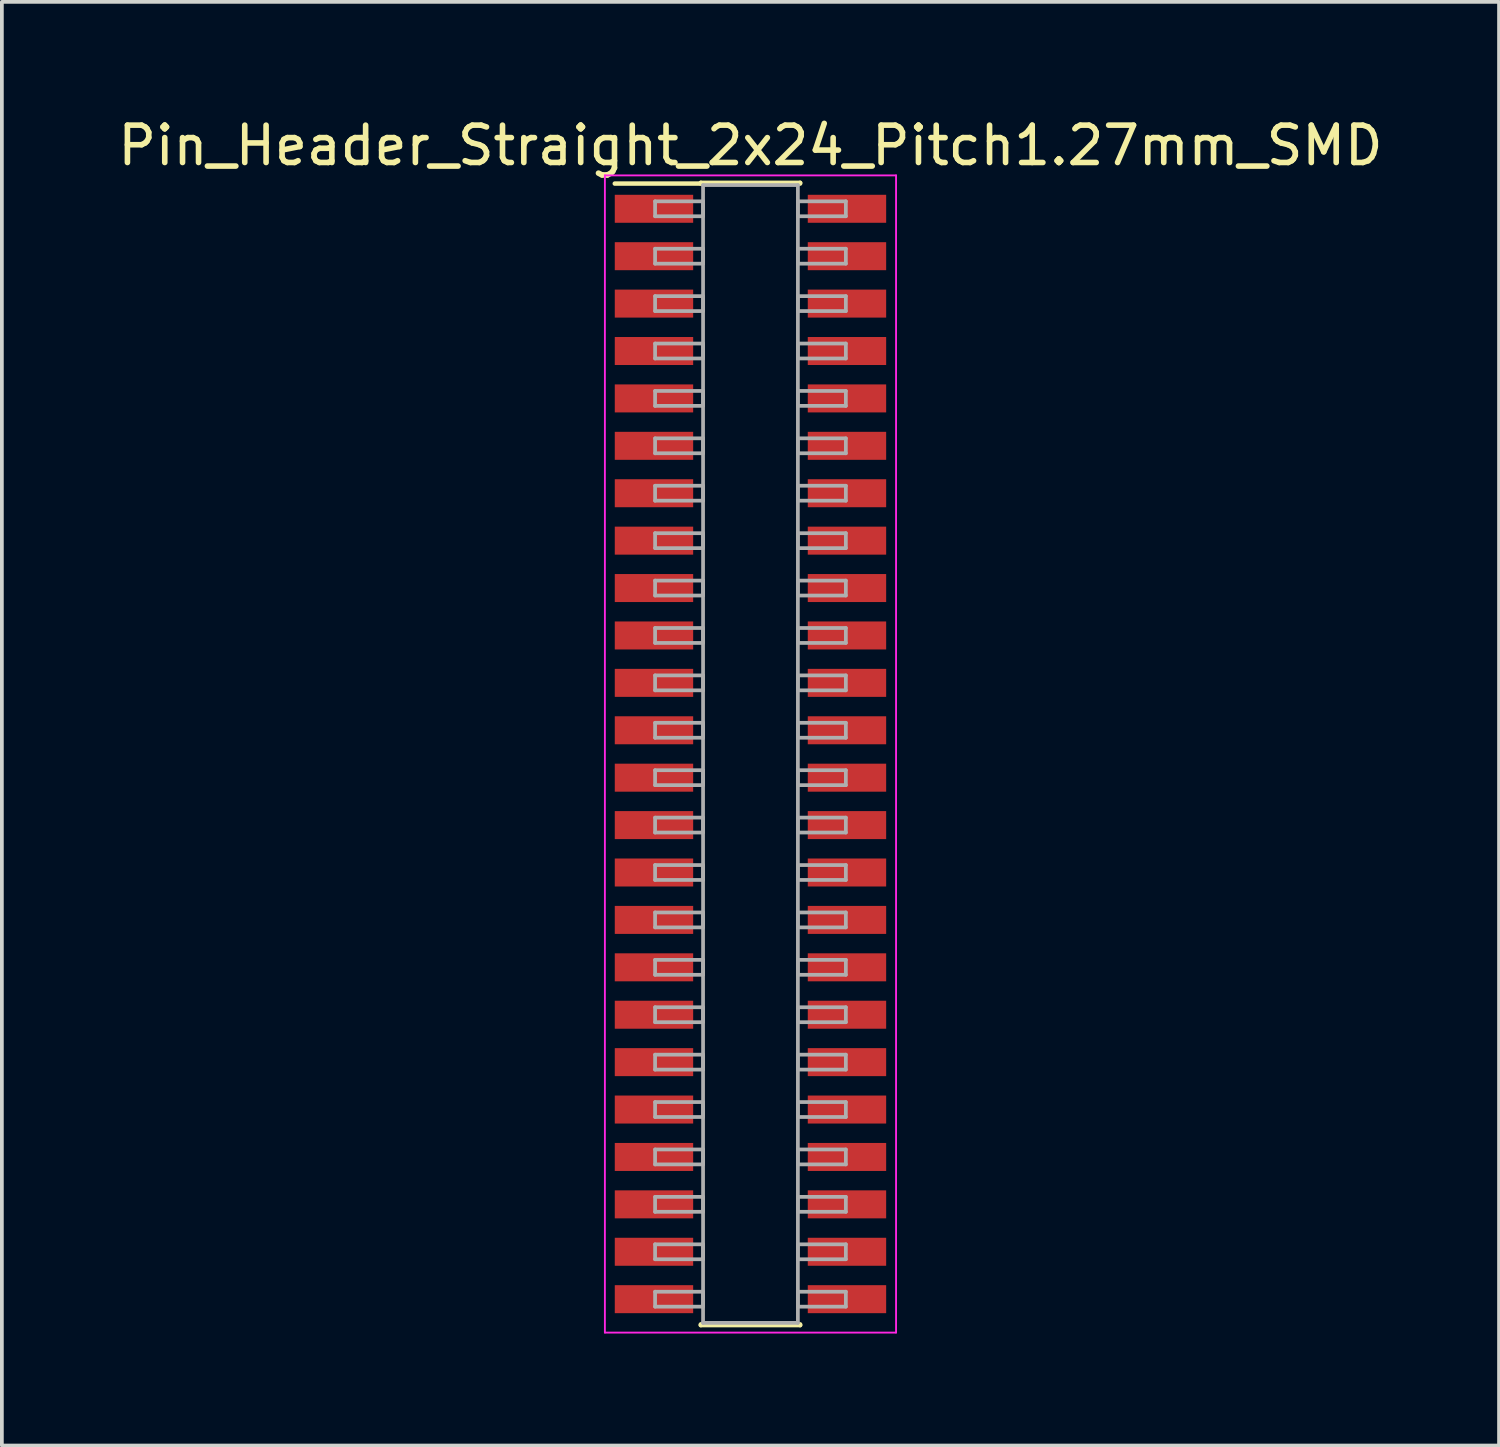
<source format=kicad_pcb>
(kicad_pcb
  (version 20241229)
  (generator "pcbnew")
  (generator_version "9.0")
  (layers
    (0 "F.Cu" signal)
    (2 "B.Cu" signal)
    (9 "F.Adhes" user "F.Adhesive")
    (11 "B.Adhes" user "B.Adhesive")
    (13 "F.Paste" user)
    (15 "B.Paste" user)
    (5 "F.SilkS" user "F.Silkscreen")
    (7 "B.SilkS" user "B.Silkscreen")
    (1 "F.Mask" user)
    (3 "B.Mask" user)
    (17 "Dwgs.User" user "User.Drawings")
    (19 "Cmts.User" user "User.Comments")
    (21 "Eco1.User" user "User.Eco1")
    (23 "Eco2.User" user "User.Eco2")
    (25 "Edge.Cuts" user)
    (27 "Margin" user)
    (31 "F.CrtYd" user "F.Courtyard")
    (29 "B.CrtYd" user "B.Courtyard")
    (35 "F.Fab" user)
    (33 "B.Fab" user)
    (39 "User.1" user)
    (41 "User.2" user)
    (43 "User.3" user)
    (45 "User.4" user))
  (footprint "Pin_Header_Straight_2x24_Pitch1.27mm_SMD"
    (layer "F.Cu")
    (at 17.054 17.148)
    (property "Reference" "Pin_Header_Straight_2x24_Pitch1.27mm_SMD" (at 0 -16.3 0) (layer "F.SilkS") (effects (font (size 1 1) (thickness 0.15))))
    (attr smd)
    (fp_line (start -3.635 -15.28) (end -1.33 -15.28) (stroke (width 0.12) (type solid)) (layer "F.SilkS"))
    (fp_line (start -1.33 -15.3) (end 1.33 -15.3) (stroke (width 0.12) (type solid)) (layer "F.SilkS"))
    (fp_line (start -1.33 -15.28) (end -1.33 -15.3) (stroke (width 0.12) (type solid)) (layer "F.SilkS"))
    (fp_line (start -1.33 15.28) (end -1.33 15.3) (stroke (width 0.12) (type solid)) (layer "F.SilkS"))
    (fp_line (start -1.33 15.3) (end 1.33 15.3) (stroke (width 0.12) (type solid)) (layer "F.SilkS"))
    (fp_line (start 1.33 -15.3) (end 1.33 -15.28) (stroke (width 0.12) (type solid)) (layer "F.SilkS"))
    (fp_line (start 1.33 15.3) (end 1.33 15.28) (stroke (width 0.12) (type solid)) (layer "F.SilkS"))
    (fp_line (start -3.9 -15.5) (end -3.9 15.5) (stroke (width 0.05) (type solid)) (layer "F.CrtYd"))
    (fp_line (start -3.9 15.5) (end 3.9 15.5) (stroke (width 0.05) (type solid)) (layer "F.CrtYd"))
    (fp_line (start 3.9 -15.5) (end -3.9 -15.5) (stroke (width 0.05) (type solid)) (layer "F.CrtYd"))
    (fp_line (start 3.9 15.5) (end 3.9 -15.5) (stroke (width 0.05) (type solid)) (layer "F.CrtYd"))
    (fp_line (start -2.555 -14.805) (end -1.27 -14.805) (stroke (width 0.1) (type solid)) (layer "F.Fab"))
    (fp_line (start -2.555 -14.405) (end -2.555 -14.805) (stroke (width 0.1) (type solid)) (layer "F.Fab"))
    (fp_line (start -2.555 -13.535) (end -1.27 -13.535) (stroke (width 0.1) (type solid)) (layer "F.Fab"))
    (fp_line (start -2.555 -13.135) (end -2.555 -13.535) (stroke (width 0.1) (type solid)) (layer "F.Fab"))
    (fp_line (start -2.555 -12.265) (end -1.27 -12.265) (stroke (width 0.1) (type solid)) (layer "F.Fab"))
    (fp_line (start -2.555 -11.865) (end -2.555 -12.265) (stroke (width 0.1) (type solid)) (layer "F.Fab"))
    (fp_line (start -2.555 -10.995) (end -1.27 -10.995) (stroke (width 0.1) (type solid)) (layer "F.Fab"))
    (fp_line (start -2.555 -10.595) (end -2.555 -10.995) (stroke (width 0.1) (type solid)) (layer "F.Fab"))
    (fp_line (start -2.555 -9.725) (end -1.27 -9.725) (stroke (width 0.1) (type solid)) (layer "F.Fab"))
    (fp_line (start -2.555 -9.325) (end -2.555 -9.725) (stroke (width 0.1) (type solid)) (layer "F.Fab"))
    (fp_line (start -2.555 -8.455) (end -1.27 -8.455) (stroke (width 0.1) (type solid)) (layer "F.Fab"))
    (fp_line (start -2.555 -8.055) (end -2.555 -8.455) (stroke (width 0.1) (type solid)) (layer "F.Fab"))
    (fp_line (start -2.555 -7.185) (end -1.27 -7.185) (stroke (width 0.1) (type solid)) (layer "F.Fab"))
    (fp_line (start -2.555 -6.785) (end -2.555 -7.185) (stroke (width 0.1) (type solid)) (layer "F.Fab"))
    (fp_line (start -2.555 -5.915) (end -1.27 -5.915) (stroke (width 0.1) (type solid)) (layer "F.Fab"))
    (fp_line (start -2.555 -5.515) (end -2.555 -5.915) (stroke (width 0.1) (type solid)) (layer "F.Fab"))
    (fp_line (start -2.555 -4.645) (end -1.27 -4.645) (stroke (width 0.1) (type solid)) (layer "F.Fab"))
    (fp_line (start -2.555 -4.245) (end -2.555 -4.645) (stroke (width 0.1) (type solid)) (layer "F.Fab"))
    (fp_line (start -2.555 -3.375) (end -1.27 -3.375) (stroke (width 0.1) (type solid)) (layer "F.Fab"))
    (fp_line (start -2.555 -2.975) (end -2.555 -3.375) (stroke (width 0.1) (type solid)) (layer "F.Fab"))
    (fp_line (start -2.555 -2.105) (end -1.27 -2.105) (stroke (width 0.1) (type solid)) (layer "F.Fab"))
    (fp_line (start -2.555 -1.705) (end -2.555 -2.105) (stroke (width 0.1) (type solid)) (layer "F.Fab"))
    (fp_line (start -2.555 -0.835) (end -1.27 -0.835) (stroke (width 0.1) (type solid)) (layer "F.Fab"))
    (fp_line (start -2.555 -0.435) (end -2.555 -0.835) (stroke (width 0.1) (type solid)) (layer "F.Fab"))
    (fp_line (start -2.555 0.435) (end -1.27 0.435) (stroke (width 0.1) (type solid)) (layer "F.Fab"))
    (fp_line (start -2.555 0.835) (end -2.555 0.435) (stroke (width 0.1) (type solid)) (layer "F.Fab"))
    (fp_line (start -2.555 1.705) (end -1.27 1.705) (stroke (width 0.1) (type solid)) (layer "F.Fab"))
    (fp_line (start -2.555 2.105) (end -2.555 1.705) (stroke (width 0.1) (type solid)) (layer "F.Fab"))
    (fp_line (start -2.555 2.975) (end -1.27 2.975) (stroke (width 0.1) (type solid)) (layer "F.Fab"))
    (fp_line (start -2.555 3.375) (end -2.555 2.975) (stroke (width 0.1) (type solid)) (layer "F.Fab"))
    (fp_line (start -2.555 4.245) (end -1.27 4.245) (stroke (width 0.1) (type solid)) (layer "F.Fab"))
    (fp_line (start -2.555 4.645) (end -2.555 4.245) (stroke (width 0.1) (type solid)) (layer "F.Fab"))
    (fp_line (start -2.555 5.515) (end -1.27 5.515) (stroke (width 0.1) (type solid)) (layer "F.Fab"))
    (fp_line (start -2.555 5.915) (end -2.555 5.515) (stroke (width 0.1) (type solid)) (layer "F.Fab"))
    (fp_line (start -2.555 6.785) (end -1.27 6.785) (stroke (width 0.1) (type solid)) (layer "F.Fab"))
    (fp_line (start -2.555 7.185) (end -2.555 6.785) (stroke (width 0.1) (type solid)) (layer "F.Fab"))
    (fp_line (start -2.555 8.055) (end -1.27 8.055) (stroke (width 0.1) (type solid)) (layer "F.Fab"))
    (fp_line (start -2.555 8.455) (end -2.555 8.055) (stroke (width 0.1) (type solid)) (layer "F.Fab"))
    (fp_line (start -2.555 9.325) (end -1.27 9.325) (stroke (width 0.1) (type solid)) (layer "F.Fab"))
    (fp_line (start -2.555 9.725) (end -2.555 9.325) (stroke (width 0.1) (type solid)) (layer "F.Fab"))
    (fp_line (start -2.555 10.595) (end -1.27 10.595) (stroke (width 0.1) (type solid)) (layer "F.Fab"))
    (fp_line (start -2.555 10.995) (end -2.555 10.595) (stroke (width 0.1) (type solid)) (layer "F.Fab"))
    (fp_line (start -2.555 11.865) (end -1.27 11.865) (stroke (width 0.1) (type solid)) (layer "F.Fab"))
    (fp_line (start -2.555 12.265) (end -2.555 11.865) (stroke (width 0.1) (type solid)) (layer "F.Fab"))
    (fp_line (start -2.555 13.135) (end -1.27 13.135) (stroke (width 0.1) (type solid)) (layer "F.Fab"))
    (fp_line (start -2.555 13.535) (end -2.555 13.135) (stroke (width 0.1) (type solid)) (layer "F.Fab"))
    (fp_line (start -2.555 14.405) (end -1.27 14.405) (stroke (width 0.1) (type solid)) (layer "F.Fab"))
    (fp_line (start -2.555 14.805) (end -2.555 14.405) (stroke (width 0.1) (type solid)) (layer "F.Fab"))
    (fp_line (start -1.27 -15.24) (end -1.27 15.24) (stroke (width 0.1) (type solid)) (layer "F.Fab"))
    (fp_line (start -1.27 -14.805) (end -1.27 -14.405) (stroke (width 0.1) (type solid)) (layer "F.Fab"))
    (fp_line (start -1.27 -14.405) (end -2.555 -14.405) (stroke (width 0.1) (type solid)) (layer "F.Fab"))
    (fp_line (start -1.27 -13.535) (end -1.27 -13.135) (stroke (width 0.1) (type solid)) (layer "F.Fab"))
    (fp_line (start -1.27 -13.135) (end -2.555 -13.135) (stroke (width 0.1) (type solid)) (layer "F.Fab"))
    (fp_line (start -1.27 -12.265) (end -1.27 -11.865) (stroke (width 0.1) (type solid)) (layer "F.Fab"))
    (fp_line (start -1.27 -11.865) (end -2.555 -11.865) (stroke (width 0.1) (type solid)) (layer "F.Fab"))
    (fp_line (start -1.27 -10.995) (end -1.27 -10.595) (stroke (width 0.1) (type solid)) (layer "F.Fab"))
    (fp_line (start -1.27 -10.595) (end -2.555 -10.595) (stroke (width 0.1) (type solid)) (layer "F.Fab"))
    (fp_line (start -1.27 -9.725) (end -1.27 -9.325) (stroke (width 0.1) (type solid)) (layer "F.Fab"))
    (fp_line (start -1.27 -9.325) (end -2.555 -9.325) (stroke (width 0.1) (type solid)) (layer "F.Fab"))
    (fp_line (start -1.27 -8.455) (end -1.27 -8.055) (stroke (width 0.1) (type solid)) (layer "F.Fab"))
    (fp_line (start -1.27 -8.055) (end -2.555 -8.055) (stroke (width 0.1) (type solid)) (layer "F.Fab"))
    (fp_line (start -1.27 -7.185) (end -1.27 -6.785) (stroke (width 0.1) (type solid)) (layer "F.Fab"))
    (fp_line (start -1.27 -6.785) (end -2.555 -6.785) (stroke (width 0.1) (type solid)) (layer "F.Fab"))
    (fp_line (start -1.27 -5.915) (end -1.27 -5.515) (stroke (width 0.1) (type solid)) (layer "F.Fab"))
    (fp_line (start -1.27 -5.515) (end -2.555 -5.515) (stroke (width 0.1) (type solid)) (layer "F.Fab"))
    (fp_line (start -1.27 -4.645) (end -1.27 -4.245) (stroke (width 0.1) (type solid)) (layer "F.Fab"))
    (fp_line (start -1.27 -4.245) (end -2.555 -4.245) (stroke (width 0.1) (type solid)) (layer "F.Fab"))
    (fp_line (start -1.27 -3.375) (end -1.27 -2.975) (stroke (width 0.1) (type solid)) (layer "F.Fab"))
    (fp_line (start -1.27 -2.975) (end -2.555 -2.975) (stroke (width 0.1) (type solid)) (layer "F.Fab"))
    (fp_line (start -1.27 -2.105) (end -1.27 -1.705) (stroke (width 0.1) (type solid)) (layer "F.Fab"))
    (fp_line (start -1.27 -1.705) (end -2.555 -1.705) (stroke (width 0.1) (type solid)) (layer "F.Fab"))
    (fp_line (start -1.27 -0.835) (end -1.27 -0.435) (stroke (width 0.1) (type solid)) (layer "F.Fab"))
    (fp_line (start -1.27 -0.435) (end -2.555 -0.435) (stroke (width 0.1) (type solid)) (layer "F.Fab"))
    (fp_line (start -1.27 0.435) (end -1.27 0.835) (stroke (width 0.1) (type solid)) (layer "F.Fab"))
    (fp_line (start -1.27 0.835) (end -2.555 0.835) (stroke (width 0.1) (type solid)) (layer "F.Fab"))
    (fp_line (start -1.27 1.705) (end -1.27 2.105) (stroke (width 0.1) (type solid)) (layer "F.Fab"))
    (fp_line (start -1.27 2.105) (end -2.555 2.105) (stroke (width 0.1) (type solid)) (layer "F.Fab"))
    (fp_line (start -1.27 2.975) (end -1.27 3.375) (stroke (width 0.1) (type solid)) (layer "F.Fab"))
    (fp_line (start -1.27 3.375) (end -2.555 3.375) (stroke (width 0.1) (type solid)) (layer "F.Fab"))
    (fp_line (start -1.27 4.245) (end -1.27 4.645) (stroke (width 0.1) (type solid)) (layer "F.Fab"))
    (fp_line (start -1.27 4.645) (end -2.555 4.645) (stroke (width 0.1) (type solid)) (layer "F.Fab"))
    (fp_line (start -1.27 5.515) (end -1.27 5.915) (stroke (width 0.1) (type solid)) (layer "F.Fab"))
    (fp_line (start -1.27 5.915) (end -2.555 5.915) (stroke (width 0.1) (type solid)) (layer "F.Fab"))
    (fp_line (start -1.27 6.785) (end -1.27 7.185) (stroke (width 0.1) (type solid)) (layer "F.Fab"))
    (fp_line (start -1.27 7.185) (end -2.555 7.185) (stroke (width 0.1) (type solid)) (layer "F.Fab"))
    (fp_line (start -1.27 8.055) (end -1.27 8.455) (stroke (width 0.1) (type solid)) (layer "F.Fab"))
    (fp_line (start -1.27 8.455) (end -2.555 8.455) (stroke (width 0.1) (type solid)) (layer "F.Fab"))
    (fp_line (start -1.27 9.325) (end -1.27 9.725) (stroke (width 0.1) (type solid)) (layer "F.Fab"))
    (fp_line (start -1.27 9.725) (end -2.555 9.725) (stroke (width 0.1) (type solid)) (layer "F.Fab"))
    (fp_line (start -1.27 10.595) (end -1.27 10.995) (stroke (width 0.1) (type solid)) (layer "F.Fab"))
    (fp_line (start -1.27 10.995) (end -2.555 10.995) (stroke (width 0.1) (type solid)) (layer "F.Fab"))
    (fp_line (start -1.27 11.865) (end -1.27 12.265) (stroke (width 0.1) (type solid)) (layer "F.Fab"))
    (fp_line (start -1.27 12.265) (end -2.555 12.265) (stroke (width 0.1) (type solid)) (layer "F.Fab"))
    (fp_line (start -1.27 13.135) (end -1.27 13.535) (stroke (width 0.1) (type solid)) (layer "F.Fab"))
    (fp_line (start -1.27 13.535) (end -2.555 13.535) (stroke (width 0.1) (type solid)) (layer "F.Fab"))
    (fp_line (start -1.27 14.405) (end -1.27 14.805) (stroke (width 0.1) (type solid)) (layer "F.Fab"))
    (fp_line (start -1.27 14.805) (end -2.555 14.805) (stroke (width 0.1) (type solid)) (layer "F.Fab"))
    (fp_line (start -1.27 15.24) (end 1.27 15.24) (stroke (width 0.1) (type solid)) (layer "F.Fab"))
    (fp_line (start 1.27 -15.24) (end -1.27 -15.24) (stroke (width 0.1) (type solid)) (layer "F.Fab"))
    (fp_line (start 1.27 -14.805) (end 1.27 -14.405) (stroke (width 0.1) (type solid)) (layer "F.Fab"))
    (fp_line (start 1.27 -14.405) (end 2.555 -14.405) (stroke (width 0.1) (type solid)) (layer "F.Fab"))
    (fp_line (start 1.27 -13.535) (end 1.27 -13.135) (stroke (width 0.1) (type solid)) (layer "F.Fab"))
    (fp_line (start 1.27 -13.135) (end 2.555 -13.135) (stroke (width 0.1) (type solid)) (layer "F.Fab"))
    (fp_line (start 1.27 -12.265) (end 1.27 -11.865) (stroke (width 0.1) (type solid)) (layer "F.Fab"))
    (fp_line (start 1.27 -11.865) (end 2.555 -11.865) (stroke (width 0.1) (type solid)) (layer "F.Fab"))
    (fp_line (start 1.27 -10.995) (end 1.27 -10.595) (stroke (width 0.1) (type solid)) (layer "F.Fab"))
    (fp_line (start 1.27 -10.595) (end 2.555 -10.595) (stroke (width 0.1) (type solid)) (layer "F.Fab"))
    (fp_line (start 1.27 -9.725) (end 1.27 -9.325) (stroke (width 0.1) (type solid)) (layer "F.Fab"))
    (fp_line (start 1.27 -9.325) (end 2.555 -9.325) (stroke (width 0.1) (type solid)) (layer "F.Fab"))
    (fp_line (start 1.27 -8.455) (end 1.27 -8.055) (stroke (width 0.1) (type solid)) (layer "F.Fab"))
    (fp_line (start 1.27 -8.055) (end 2.555 -8.055) (stroke (width 0.1) (type solid)) (layer "F.Fab"))
    (fp_line (start 1.27 -7.185) (end 1.27 -6.785) (stroke (width 0.1) (type solid)) (layer "F.Fab"))
    (fp_line (start 1.27 -6.785) (end 2.555 -6.785) (stroke (width 0.1) (type solid)) (layer "F.Fab"))
    (fp_line (start 1.27 -5.915) (end 1.27 -5.515) (stroke (width 0.1) (type solid)) (layer "F.Fab"))
    (fp_line (start 1.27 -5.515) (end 2.555 -5.515) (stroke (width 0.1) (type solid)) (layer "F.Fab"))
    (fp_line (start 1.27 -4.645) (end 1.27 -4.245) (stroke (width 0.1) (type solid)) (layer "F.Fab"))
    (fp_line (start 1.27 -4.245) (end 2.555 -4.245) (stroke (width 0.1) (type solid)) (layer "F.Fab"))
    (fp_line (start 1.27 -3.375) (end 1.27 -2.975) (stroke (width 0.1) (type solid)) (layer "F.Fab"))
    (fp_line (start 1.27 -2.975) (end 2.555 -2.975) (stroke (width 0.1) (type solid)) (layer "F.Fab"))
    (fp_line (start 1.27 -2.105) (end 1.27 -1.705) (stroke (width 0.1) (type solid)) (layer "F.Fab"))
    (fp_line (start 1.27 -1.705) (end 2.555 -1.705) (stroke (width 0.1) (type solid)) (layer "F.Fab"))
    (fp_line (start 1.27 -0.835) (end 1.27 -0.435) (stroke (width 0.1) (type solid)) (layer "F.Fab"))
    (fp_line (start 1.27 -0.435) (end 2.555 -0.435) (stroke (width 0.1) (type solid)) (layer "F.Fab"))
    (fp_line (start 1.27 0.435) (end 1.27 0.835) (stroke (width 0.1) (type solid)) (layer "F.Fab"))
    (fp_line (start 1.27 0.835) (end 2.555 0.835) (stroke (width 0.1) (type solid)) (layer "F.Fab"))
    (fp_line (start 1.27 1.705) (end 1.27 2.105) (stroke (width 0.1) (type solid)) (layer "F.Fab"))
    (fp_line (start 1.27 2.105) (end 2.555 2.105) (stroke (width 0.1) (type solid)) (layer "F.Fab"))
    (fp_line (start 1.27 2.975) (end 1.27 3.375) (stroke (width 0.1) (type solid)) (layer "F.Fab"))
    (fp_line (start 1.27 3.375) (end 2.555 3.375) (stroke (width 0.1) (type solid)) (layer "F.Fab"))
    (fp_line (start 1.27 4.245) (end 1.27 4.645) (stroke (width 0.1) (type solid)) (layer "F.Fab"))
    (fp_line (start 1.27 4.645) (end 2.555 4.645) (stroke (width 0.1) (type solid)) (layer "F.Fab"))
    (fp_line (start 1.27 5.515) (end 1.27 5.915) (stroke (width 0.1) (type solid)) (layer "F.Fab"))
    (fp_line (start 1.27 5.915) (end 2.555 5.915) (stroke (width 0.1) (type solid)) (layer "F.Fab"))
    (fp_line (start 1.27 6.785) (end 1.27 7.185) (stroke (width 0.1) (type solid)) (layer "F.Fab"))
    (fp_line (start 1.27 7.185) (end 2.555 7.185) (stroke (width 0.1) (type solid)) (layer "F.Fab"))
    (fp_line (start 1.27 8.055) (end 1.27 8.455) (stroke (width 0.1) (type solid)) (layer "F.Fab"))
    (fp_line (start 1.27 8.455) (end 2.555 8.455) (stroke (width 0.1) (type solid)) (layer "F.Fab"))
    (fp_line (start 1.27 9.325) (end 1.27 9.725) (stroke (width 0.1) (type solid)) (layer "F.Fab"))
    (fp_line (start 1.27 9.725) (end 2.555 9.725) (stroke (width 0.1) (type solid)) (layer "F.Fab"))
    (fp_line (start 1.27 10.595) (end 1.27 10.995) (stroke (width 0.1) (type solid)) (layer "F.Fab"))
    (fp_line (start 1.27 10.995) (end 2.555 10.995) (stroke (width 0.1) (type solid)) (layer "F.Fab"))
    (fp_line (start 1.27 11.865) (end 1.27 12.265) (stroke (width 0.1) (type solid)) (layer "F.Fab"))
    (fp_line (start 1.27 12.265) (end 2.555 12.265) (stroke (width 0.1) (type solid)) (layer "F.Fab"))
    (fp_line (start 1.27 13.135) (end 1.27 13.535) (stroke (width 0.1) (type solid)) (layer "F.Fab"))
    (fp_line (start 1.27 13.535) (end 2.555 13.535) (stroke (width 0.1) (type solid)) (layer "F.Fab"))
    (fp_line (start 1.27 14.405) (end 1.27 14.805) (stroke (width 0.1) (type solid)) (layer "F.Fab"))
    (fp_line (start 1.27 14.805) (end 2.555 14.805) (stroke (width 0.1) (type solid)) (layer "F.Fab"))
    (fp_line (start 1.27 15.24) (end 1.27 -15.24) (stroke (width 0.1) (type solid)) (layer "F.Fab"))
    (fp_line (start 2.555 -14.805) (end 1.27 -14.805) (stroke (width 0.1) (type solid)) (layer "F.Fab"))
    (fp_line (start 2.555 -14.405) (end 2.555 -14.805) (stroke (width 0.1) (type solid)) (layer "F.Fab"))
    (fp_line (start 2.555 -13.535) (end 1.27 -13.535) (stroke (width 0.1) (type solid)) (layer "F.Fab"))
    (fp_line (start 2.555 -13.135) (end 2.555 -13.535) (stroke (width 0.1) (type solid)) (layer "F.Fab"))
    (fp_line (start 2.555 -12.265) (end 1.27 -12.265) (stroke (width 0.1) (type solid)) (layer "F.Fab"))
    (fp_line (start 2.555 -11.865) (end 2.555 -12.265) (stroke (width 0.1) (type solid)) (layer "F.Fab"))
    (fp_line (start 2.555 -10.995) (end 1.27 -10.995) (stroke (width 0.1) (type solid)) (layer "F.Fab"))
    (fp_line (start 2.555 -10.595) (end 2.555 -10.995) (stroke (width 0.1) (type solid)) (layer "F.Fab"))
    (fp_line (start 2.555 -9.725) (end 1.27 -9.725) (stroke (width 0.1) (type solid)) (layer "F.Fab"))
    (fp_line (start 2.555 -9.325) (end 2.555 -9.725) (stroke (width 0.1) (type solid)) (layer "F.Fab"))
    (fp_line (start 2.555 -8.455) (end 1.27 -8.455) (stroke (width 0.1) (type solid)) (layer "F.Fab"))
    (fp_line (start 2.555 -8.055) (end 2.555 -8.455) (stroke (width 0.1) (type solid)) (layer "F.Fab"))
    (fp_line (start 2.555 -7.185) (end 1.27 -7.185) (stroke (width 0.1) (type solid)) (layer "F.Fab"))
    (fp_line (start 2.555 -6.785) (end 2.555 -7.185) (stroke (width 0.1) (type solid)) (layer "F.Fab"))
    (fp_line (start 2.555 -5.915) (end 1.27 -5.915) (stroke (width 0.1) (type solid)) (layer "F.Fab"))
    (fp_line (start 2.555 -5.515) (end 2.555 -5.915) (stroke (width 0.1) (type solid)) (layer "F.Fab"))
    (fp_line (start 2.555 -4.645) (end 1.27 -4.645) (stroke (width 0.1) (type solid)) (layer "F.Fab"))
    (fp_line (start 2.555 -4.245) (end 2.555 -4.645) (stroke (width 0.1) (type solid)) (layer "F.Fab"))
    (fp_line (start 2.555 -3.375) (end 1.27 -3.375) (stroke (width 0.1) (type solid)) (layer "F.Fab"))
    (fp_line (start 2.555 -2.975) (end 2.555 -3.375) (stroke (width 0.1) (type solid)) (layer "F.Fab"))
    (fp_line (start 2.555 -2.105) (end 1.27 -2.105) (stroke (width 0.1) (type solid)) (layer "F.Fab"))
    (fp_line (start 2.555 -1.705) (end 2.555 -2.105) (stroke (width 0.1) (type solid)) (layer "F.Fab"))
    (fp_line (start 2.555 -0.835) (end 1.27 -0.835) (stroke (width 0.1) (type solid)) (layer "F.Fab"))
    (fp_line (start 2.555 -0.435) (end 2.555 -0.835) (stroke (width 0.1) (type solid)) (layer "F.Fab"))
    (fp_line (start 2.555 0.435) (end 1.27 0.435) (stroke (width 0.1) (type solid)) (layer "F.Fab"))
    (fp_line (start 2.555 0.835) (end 2.555 0.435) (stroke (width 0.1) (type solid)) (layer "F.Fab"))
    (fp_line (start 2.555 1.705) (end 1.27 1.705) (stroke (width 0.1) (type solid)) (layer "F.Fab"))
    (fp_line (start 2.555 2.105) (end 2.555 1.705) (stroke (width 0.1) (type solid)) (layer "F.Fab"))
    (fp_line (start 2.555 2.975) (end 1.27 2.975) (stroke (width 0.1) (type solid)) (layer "F.Fab"))
    (fp_line (start 2.555 3.375) (end 2.555 2.975) (stroke (width 0.1) (type solid)) (layer "F.Fab"))
    (fp_line (start 2.555 4.245) (end 1.27 4.245) (stroke (width 0.1) (type solid)) (layer "F.Fab"))
    (fp_line (start 2.555 4.645) (end 2.555 4.245) (stroke (width 0.1) (type solid)) (layer "F.Fab"))
    (fp_line (start 2.555 5.515) (end 1.27 5.515) (stroke (width 0.1) (type solid)) (layer "F.Fab"))
    (fp_line (start 2.555 5.915) (end 2.555 5.515) (stroke (width 0.1) (type solid)) (layer "F.Fab"))
    (fp_line (start 2.555 6.785) (end 1.27 6.785) (stroke (width 0.1) (type solid)) (layer "F.Fab"))
    (fp_line (start 2.555 7.185) (end 2.555 6.785) (stroke (width 0.1) (type solid)) (layer "F.Fab"))
    (fp_line (start 2.555 8.055) (end 1.27 8.055) (stroke (width 0.1) (type solid)) (layer "F.Fab"))
    (fp_line (start 2.555 8.455) (end 2.555 8.055) (stroke (width 0.1) (type solid)) (layer "F.Fab"))
    (fp_line (start 2.555 9.325) (end 1.27 9.325) (stroke (width 0.1) (type solid)) (layer "F.Fab"))
    (fp_line (start 2.555 9.725) (end 2.555 9.325) (stroke (width 0.1) (type solid)) (layer "F.Fab"))
    (fp_line (start 2.555 10.595) (end 1.27 10.595) (stroke (width 0.1) (type solid)) (layer "F.Fab"))
    (fp_line (start 2.555 10.995) (end 2.555 10.595) (stroke (width 0.1) (type solid)) (layer "F.Fab"))
    (fp_line (start 2.555 11.865) (end 1.27 11.865) (stroke (width 0.1) (type solid)) (layer "F.Fab"))
    (fp_line (start 2.555 12.265) (end 2.555 11.865) (stroke (width 0.1) (type solid)) (layer "F.Fab"))
    (fp_line (start 2.555 13.135) (end 1.27 13.135) (stroke (width 0.1) (type solid)) (layer "F.Fab"))
    (fp_line (start 2.555 13.535) (end 2.555 13.135) (stroke (width 0.1) (type solid)) (layer "F.Fab"))
    (fp_line (start 2.555 14.405) (end 1.27 14.405) (stroke (width 0.1) (type solid)) (layer "F.Fab"))
    (fp_line (start 2.555 14.805) (end 2.555 14.405) (stroke (width 0.1) (type solid)) (layer "F.Fab"))
    (pad "1" smd rect (at -2.585 -14.605) (size 2.1 0.75) (layers "F.Cu" "F.Mask"))
    (pad "2" smd rect (at 2.585 -14.605) (size 2.1 0.75) (layers "F.Cu" "F.Mask"))
    (pad "3" smd rect (at -2.585 -13.335) (size 2.1 0.75) (layers "F.Cu" "F.Mask"))
    (pad "4" smd rect (at 2.585 -13.335) (size 2.1 0.75) (layers "F.Cu" "F.Mask"))
    (pad "5" smd rect (at -2.585 -12.065) (size 2.1 0.75) (layers "F.Cu" "F.Mask"))
    (pad "6" smd rect (at 2.585 -12.065) (size 2.1 0.75) (layers "F.Cu" "F.Mask"))
    (pad "7" smd rect (at -2.585 -10.795) (size 2.1 0.75) (layers "F.Cu" "F.Mask"))
    (pad "8" smd rect (at 2.585 -10.795) (size 2.1 0.75) (layers "F.Cu" "F.Mask"))
    (pad "9" smd rect (at -2.585 -9.525) (size 2.1 0.75) (layers "F.Cu" "F.Mask"))
    (pad "10" smd rect (at 2.585 -9.525) (size 2.1 0.75) (layers "F.Cu" "F.Mask"))
    (pad "11" smd rect (at -2.585 -8.255) (size 2.1 0.75) (layers "F.Cu" "F.Mask"))
    (pad "12" smd rect (at 2.585 -8.255) (size 2.1 0.75) (layers "F.Cu" "F.Mask"))
    (pad "13" smd rect (at -2.585 -6.985) (size 2.1 0.75) (layers "F.Cu" "F.Mask"))
    (pad "14" smd rect (at 2.585 -6.985) (size 2.1 0.75) (layers "F.Cu" "F.Mask"))
    (pad "15" smd rect (at -2.585 -5.715) (size 2.1 0.75) (layers "F.Cu" "F.Mask"))
    (pad "16" smd rect (at 2.585 -5.715) (size 2.1 0.75) (layers "F.Cu" "F.Mask"))
    (pad "17" smd rect (at -2.585 -4.445) (size 2.1 0.75) (layers "F.Cu" "F.Mask"))
    (pad "18" smd rect (at 2.585 -4.445) (size 2.1 0.75) (layers "F.Cu" "F.Mask"))
    (pad "19" smd rect (at -2.585 -3.175) (size 2.1 0.75) (layers "F.Cu" "F.Mask"))
    (pad "20" smd rect (at 2.585 -3.175) (size 2.1 0.75) (layers "F.Cu" "F.Mask"))
    (pad "21" smd rect (at -2.585 -1.905) (size 2.1 0.75) (layers "F.Cu" "F.Mask"))
    (pad "22" smd rect (at 2.585 -1.905) (size 2.1 0.75) (layers "F.Cu" "F.Mask"))
    (pad "23" smd rect (at -2.585 -0.635) (size 2.1 0.75) (layers "F.Cu" "F.Mask"))
    (pad "24" smd rect (at 2.585 -0.635) (size 2.1 0.75) (layers "F.Cu" "F.Mask"))
    (pad "25" smd rect (at -2.585 0.635) (size 2.1 0.75) (layers "F.Cu" "F.Mask"))
    (pad "26" smd rect (at 2.585 0.635) (size 2.1 0.75) (layers "F.Cu" "F.Mask"))
    (pad "27" smd rect (at -2.585 1.905) (size 2.1 0.75) (layers "F.Cu" "F.Mask"))
    (pad "28" smd rect (at 2.585 1.905) (size 2.1 0.75) (layers "F.Cu" "F.Mask"))
    (pad "29" smd rect (at -2.585 3.175) (size 2.1 0.75) (layers "F.Cu" "F.Mask"))
    (pad "30" smd rect (at 2.585 3.175) (size 2.1 0.75) (layers "F.Cu" "F.Mask"))
    (pad "31" smd rect (at -2.585 4.445) (size 2.1 0.75) (layers "F.Cu" "F.Mask"))
    (pad "32" smd rect (at 2.585 4.445) (size 2.1 0.75) (layers "F.Cu" "F.Mask"))
    (pad "33" smd rect (at -2.585 5.715) (size 2.1 0.75) (layers "F.Cu" "F.Mask"))
    (pad "34" smd rect (at 2.585 5.715) (size 2.1 0.75) (layers "F.Cu" "F.Mask"))
    (pad "35" smd rect (at -2.585 6.985) (size 2.1 0.75) (layers "F.Cu" "F.Mask"))
    (pad "36" smd rect (at 2.585 6.985) (size 2.1 0.75) (layers "F.Cu" "F.Mask"))
    (pad "37" smd rect (at -2.585 8.255) (size 2.1 0.75) (layers "F.Cu" "F.Mask"))
    (pad "38" smd rect (at 2.585 8.255) (size 2.1 0.75) (layers "F.Cu" "F.Mask"))
    (pad "39" smd rect (at -2.585 9.525) (size 2.1 0.75) (layers "F.Cu" "F.Mask"))
    (pad "40" smd rect (at 2.585 9.525) (size 2.1 0.75) (layers "F.Cu" "F.Mask"))
    (pad "41" smd rect (at -2.585 10.795) (size 2.1 0.75) (layers "F.Cu" "F.Mask"))
    (pad "42" smd rect (at 2.585 10.795) (size 2.1 0.75) (layers "F.Cu" "F.Mask"))
    (pad "43" smd rect (at -2.585 12.065) (size 2.1 0.75) (layers "F.Cu" "F.Mask"))
    (pad "44" smd rect (at 2.585 12.065) (size 2.1 0.75) (layers "F.Cu" "F.Mask"))
    (pad "45" smd rect (at -2.585 13.335) (size 2.1 0.75) (layers "F.Cu" "F.Mask"))
    (pad "46" smd rect (at 2.585 13.335) (size 2.1 0.75) (layers "F.Cu" "F.Mask"))
    (pad "47" smd rect (at -2.585 14.605) (size 2.1 0.75) (layers "F.Cu" "F.Mask"))
    (pad "48" smd rect (at 2.585 14.605) (size 2.1 0.75) (layers "F.Cu" "F.Mask")))
  (gr_rect
    (start -3 -3)
    (end 37.107 35.673)
    (stroke (width 0.1) (type default))
    (fill no)
    (layer "Edge.Cuts")))
</source>
